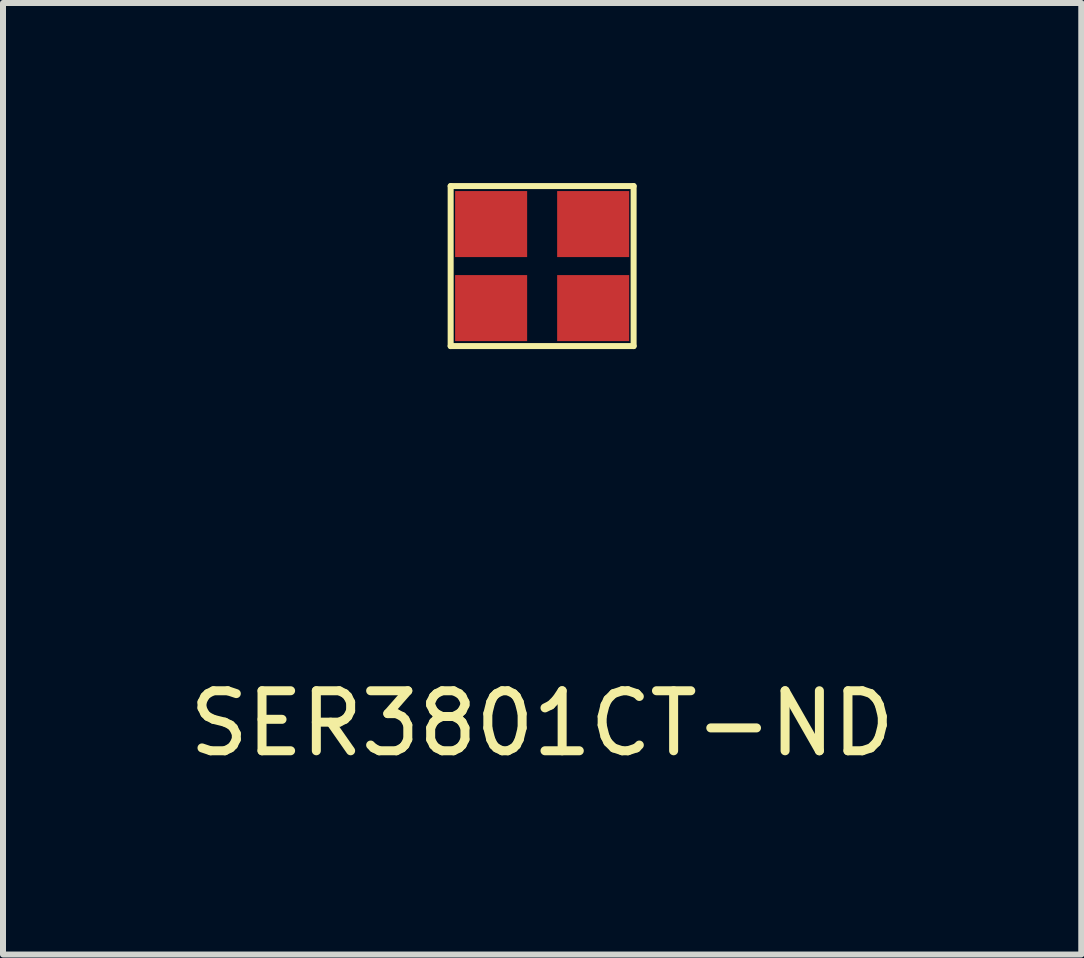
<source format=kicad_pcb>
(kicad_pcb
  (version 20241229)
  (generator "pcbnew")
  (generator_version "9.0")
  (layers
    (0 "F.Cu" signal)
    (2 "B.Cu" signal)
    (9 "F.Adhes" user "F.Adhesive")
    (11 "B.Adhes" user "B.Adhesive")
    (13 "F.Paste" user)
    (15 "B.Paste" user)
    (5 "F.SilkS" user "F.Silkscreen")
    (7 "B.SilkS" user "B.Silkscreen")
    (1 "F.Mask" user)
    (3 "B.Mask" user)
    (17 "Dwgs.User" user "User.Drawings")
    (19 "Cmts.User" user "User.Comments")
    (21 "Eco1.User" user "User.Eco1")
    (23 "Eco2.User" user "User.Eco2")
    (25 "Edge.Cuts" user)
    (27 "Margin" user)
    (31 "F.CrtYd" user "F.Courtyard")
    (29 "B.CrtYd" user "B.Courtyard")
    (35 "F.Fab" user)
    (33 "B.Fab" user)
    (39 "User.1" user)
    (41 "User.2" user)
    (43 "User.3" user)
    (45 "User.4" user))
  (footprint "SER3801CT-ND"
    (layer "F.Cu")
    (at 5.982 1.383)
    (property "Reference" "SER3801CT-ND" (at 0 7.62 0) (layer "F.SilkS") (effects (font (size 1 1) (thickness 0.15))))
    (attr through_hole)
    (fp_line (start -1.524 -1.333) (end 1.524 -1.333) (stroke (width 0.1) (type solid)) (layer "F.SilkS"))
    (fp_line (start -1.524 1.333) (end -1.524 -1.333) (stroke (width 0.1) (type solid)) (layer "F.SilkS"))
    (fp_line (start 1.524 -1.333) (end 1.524 1.333) (stroke (width 0.1) (type solid)) (layer "F.SilkS"))
    (fp_line (start 1.524 1.333) (end -1.524 1.333) (stroke (width 0.1) (type solid)) (layer "F.SilkS"))
    (pad "1" smd rect (at -0.85 0.7) (size 1.2 1.1) (layers "F.Cu" "F.Mask" "F.Paste"))
    (pad "2" smd rect (at -0.85 -0.7) (size 1.2 1.1) (layers "F.Cu" "F.Mask" "F.Paste"))
    (pad "3" smd rect (at 0.85 -0.7) (size 1.2 1.1) (layers "F.Cu" "F.Mask" "F.Paste"))
    (pad "4" smd rect (at 0.85 0.7) (size 1.2 1.1) (layers "F.Cu" "F.Mask" "F.Paste")))
  (gr_rect
    (start -3 -3)
    (end 14.964 12.852)
    (stroke (width 0.1) (type default))
    (fill no)
    (layer "Edge.Cuts")))
</source>
